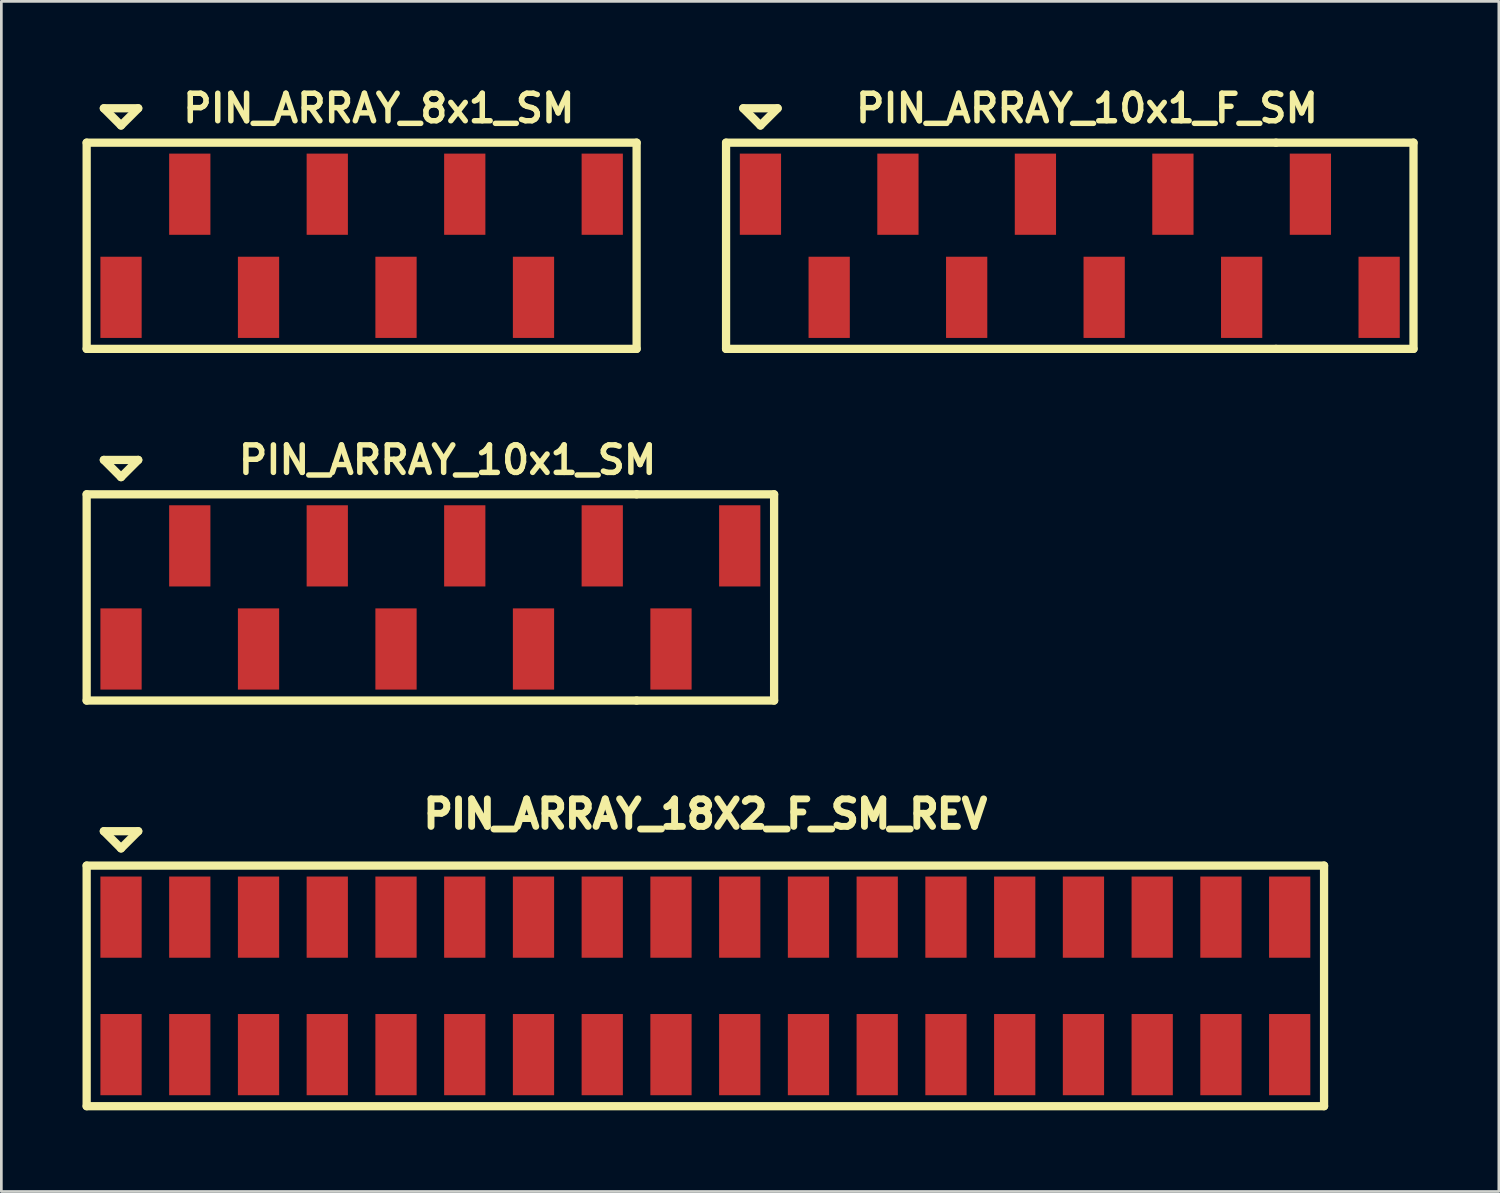
<source format=kicad_pcb>
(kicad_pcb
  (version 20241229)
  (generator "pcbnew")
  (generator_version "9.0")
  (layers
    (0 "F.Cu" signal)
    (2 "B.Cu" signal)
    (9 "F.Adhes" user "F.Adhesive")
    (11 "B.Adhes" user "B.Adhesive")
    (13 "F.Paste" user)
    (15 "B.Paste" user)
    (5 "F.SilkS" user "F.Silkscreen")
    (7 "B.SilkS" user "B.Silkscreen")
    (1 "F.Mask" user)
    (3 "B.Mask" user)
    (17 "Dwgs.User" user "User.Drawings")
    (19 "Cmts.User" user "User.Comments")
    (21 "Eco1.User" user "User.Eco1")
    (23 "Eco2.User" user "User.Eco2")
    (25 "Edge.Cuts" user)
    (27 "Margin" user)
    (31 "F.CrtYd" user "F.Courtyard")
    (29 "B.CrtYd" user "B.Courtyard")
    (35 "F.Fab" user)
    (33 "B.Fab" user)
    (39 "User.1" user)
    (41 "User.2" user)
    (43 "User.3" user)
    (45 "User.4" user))
  (footprint "PIN_ARRAY_8x1_SM"
    (layer "F.Cu")
    (at 10.312 6.031)
    (property "Reference" "PIN_ARRAY_8x1_SM" (at 0.635 -5.08 0) (layer "F.SilkS") (effects (font (size 1.016 1.016) (thickness 0.203))))
    (attr through_hole)
    (fp_line (start -10.16 -3.81) (end -10.16 3.81) (stroke (width 0.305) (type solid)) (layer "F.SilkS"))
    (fp_line (start -10.16 -3.81) (end 10.16 -3.81) (stroke (width 0.305) (type solid)) (layer "F.SilkS"))
    (fp_line (start -9.525 -5.08) (end -8.89 -4.445) (stroke (width 0.305) (type solid)) (layer "F.SilkS"))
    (fp_line (start -8.89 -4.445) (end -8.255 -5.08) (stroke (width 0.305) (type solid)) (layer "F.SilkS"))
    (fp_line (start -8.255 -5.08) (end -9.525 -5.08) (stroke (width 0.305) (type solid)) (layer "F.SilkS"))
    (fp_line (start 10.16 3.81) (end -10.16 3.81) (stroke (width 0.305) (type solid)) (layer "F.SilkS"))
    (fp_line (start 10.16 3.81) (end 10.16 -3.81) (stroke (width 0.305) (type solid)) (layer "F.SilkS"))
    (pad "1" smd rect (at -8.89 1.905) (size 1.524 3) (layers "F.Cu" "F.Mask" "F.Paste"))
    (pad "2" smd rect (at -6.35 -1.905) (size 1.524 3) (layers "F.Cu" "F.Mask" "F.Paste"))
    (pad "3" smd rect (at -3.81 1.905) (size 1.524 3) (layers "F.Cu" "F.Mask" "F.Paste"))
    (pad "4" smd rect (at -1.27 -1.905) (size 1.524 3) (layers "F.Cu" "F.Mask" "F.Paste"))
    (pad "5" smd rect (at 1.27 1.905) (size 1.524 3) (layers "F.Cu" "F.Mask" "F.Paste"))
    (pad "6" smd rect (at 3.81 -1.905) (size 1.524 3) (layers "F.Cu" "F.Mask" "F.Paste"))
    (pad "7" smd rect (at 6.35 1.905) (size 1.524 3) (layers "F.Cu" "F.Mask" "F.Paste"))
    (pad "8" smd rect (at 8.89 -1.905) (size 1.524 3) (layers "F.Cu" "F.Mask" "F.Paste")))
  (footprint "PIN_ARRAY_10x1_F_SM"
    (layer "F.Cu")
    (at 36.477 6.031)
    (property "Reference" "PIN_ARRAY_10x1_F_SM" (at 0.635 -5.08 0) (layer "F.SilkS") (effects (font (size 1.016 1.016) (thickness 0.203))))
    (attr through_hole)
    (fp_line (start -12.7 -3.81) (end -12.7 3.81) (stroke (width 0.305) (type solid)) (layer "F.SilkS"))
    (fp_line (start -12.7 -3.81) (end 7.62 -3.81) (stroke (width 0.305) (type solid)) (layer "F.SilkS"))
    (fp_line (start -12.065 -5.08) (end -11.43 -4.445) (stroke (width 0.305) (type solid)) (layer "F.SilkS"))
    (fp_line (start -11.43 -4.445) (end -10.795 -5.08) (stroke (width 0.305) (type solid)) (layer "F.SilkS"))
    (fp_line (start -10.795 -5.08) (end -12.065 -5.08) (stroke (width 0.305) (type solid)) (layer "F.SilkS"))
    (fp_line (start 7.62 -3.81) (end 12.7 -3.81) (stroke (width 0.305) (type solid)) (layer "F.SilkS"))
    (fp_line (start 7.62 3.81) (end -12.7 3.81) (stroke (width 0.305) (type solid)) (layer "F.SilkS"))
    (fp_line (start 7.62 3.81) (end 12.7 3.81) (stroke (width 0.305) (type solid)) (layer "F.SilkS"))
    (fp_line (start 12.7 -3.81) (end 12.7 3.81) (stroke (width 0.305) (type solid)) (layer "F.SilkS"))
    (pad "1" smd rect (at -11.43 -1.905) (size 1.524 3) (layers "F.Cu" "F.Mask" "F.Paste"))
    (pad "2" smd rect (at -8.89 1.905) (size 1.524 3) (layers "F.Cu" "F.Mask" "F.Paste"))
    (pad "3" smd rect (at -6.35 -1.905) (size 1.524 3) (layers "F.Cu" "F.Mask" "F.Paste"))
    (pad "4" smd rect (at -3.81 1.905) (size 1.524 3) (layers "F.Cu" "F.Mask" "F.Paste"))
    (pad "5" smd rect (at -1.27 -1.905) (size 1.524 3) (layers "F.Cu" "F.Mask" "F.Paste"))
    (pad "6" smd rect (at 1.27 1.905) (size 1.524 3) (layers "F.Cu" "F.Mask" "F.Paste"))
    (pad "7" smd rect (at 3.81 -1.905) (size 1.524 3) (layers "F.Cu" "F.Mask" "F.Paste"))
    (pad "8" smd rect (at 6.35 1.905) (size 1.524 3) (layers "F.Cu" "F.Mask" "F.Paste"))
    (pad "9" smd rect (at 8.89 -1.905) (size 1.524 3) (layers "F.Cu" "F.Mask" "F.Paste"))
    (pad "10" smd rect (at 11.43 1.905) (size 1.524 3) (layers "F.Cu" "F.Mask" "F.Paste")))
  (footprint "PIN_ARRAY_10x1_SM"
    (layer "F.Cu")
    (at 12.852 19.024)
    (property "Reference" "PIN_ARRAY_10x1_SM" (at 0.635 -5.08 0) (layer "F.SilkS") (effects (font (size 1.016 1.016) (thickness 0.203))))
    (attr through_hole)
    (fp_line (start -12.7 -3.81) (end -12.7 3.81) (stroke (width 0.305) (type solid)) (layer "F.SilkS"))
    (fp_line (start -12.7 -3.81) (end 7.62 -3.81) (stroke (width 0.305) (type solid)) (layer "F.SilkS"))
    (fp_line (start -12.065 -5.08) (end -11.43 -4.445) (stroke (width 0.305) (type solid)) (layer "F.SilkS"))
    (fp_line (start -11.43 -4.445) (end -10.795 -5.08) (stroke (width 0.305) (type solid)) (layer "F.SilkS"))
    (fp_line (start -10.795 -5.08) (end -12.065 -5.08) (stroke (width 0.305) (type solid)) (layer "F.SilkS"))
    (fp_line (start 7.62 -3.81) (end 12.7 -3.81) (stroke (width 0.305) (type solid)) (layer "F.SilkS"))
    (fp_line (start 7.62 3.81) (end -12.7 3.81) (stroke (width 0.305) (type solid)) (layer "F.SilkS"))
    (fp_line (start 7.62 3.81) (end 12.7 3.81) (stroke (width 0.305) (type solid)) (layer "F.SilkS"))
    (fp_line (start 12.7 -3.81) (end 12.7 3.81) (stroke (width 0.305) (type solid)) (layer "F.SilkS"))
    (pad "1" smd rect (at -11.43 1.905) (size 1.524 3) (layers "F.Cu" "F.Mask" "F.Paste"))
    (pad "2" smd rect (at -8.89 -1.905) (size 1.524 3) (layers "F.Cu" "F.Mask" "F.Paste"))
    (pad "3" smd rect (at -6.35 1.905) (size 1.524 3) (layers "F.Cu" "F.Mask" "F.Paste"))
    (pad "4" smd rect (at -3.81 -1.905) (size 1.524 3) (layers "F.Cu" "F.Mask" "F.Paste"))
    (pad "5" smd rect (at -1.27 1.905) (size 1.524 3) (layers "F.Cu" "F.Mask" "F.Paste"))
    (pad "6" smd rect (at 1.27 -1.905) (size 1.524 3) (layers "F.Cu" "F.Mask" "F.Paste"))
    (pad "7" smd rect (at 3.81 1.905) (size 1.524 3) (layers "F.Cu" "F.Mask" "F.Paste"))
    (pad "8" smd rect (at 6.35 -1.905) (size 1.524 3) (layers "F.Cu" "F.Mask" "F.Paste"))
    (pad "9" smd rect (at 8.89 1.905) (size 1.524 3) (layers "F.Cu" "F.Mask" "F.Paste"))
    (pad "10" smd rect (at 11.43 -1.905) (size 1.524 3) (layers "F.Cu" "F.Mask" "F.Paste")))
  (footprint "PIN_ARRAY_18X2_F_SM_REV"
    (layer "F.Cu")
    (at 23.012 33.377)
    (property "Reference" "PIN_ARRAY_18X2_F_SM_REV" (at 0 -6.35 0) (layer "F.SilkS") (effects (font (size 1.016 1.016) (thickness 0.254))))
    (attr through_hole)
    (fp_line (start -22.86 -4.445) (end 22.86 -4.445) (stroke (width 0.305) (type solid)) (layer "F.SilkS"))
    (fp_line (start -22.86 4.445) (end -22.86 -4.445) (stroke (width 0.305) (type solid)) (layer "F.SilkS"))
    (fp_line (start -22.225 -5.715) (end -21.59 -5.08) (stroke (width 0.305) (type solid)) (layer "F.SilkS"))
    (fp_line (start -21.59 -5.08) (end -20.955 -5.715) (stroke (width 0.305) (type solid)) (layer "F.SilkS"))
    (fp_line (start -20.955 -5.715) (end -22.225 -5.715) (stroke (width 0.305) (type solid)) (layer "F.SilkS"))
    (fp_line (start 22.86 -4.445) (end 22.86 4.445) (stroke (width 0.305) (type solid)) (layer "F.SilkS"))
    (fp_line (start 22.86 4.445) (end -22.86 4.445) (stroke (width 0.305) (type solid)) (layer "F.SilkS"))
    (pad "1" smd rect (at -21.59 -2.54) (size 1.524 3) (layers "F.Cu" "F.Mask" "F.Paste"))
    (pad "2" smd rect (at -21.59 2.54) (size 1.524 3) (layers "F.Cu" "F.Mask" "F.Paste"))
    (pad "3" smd rect (at -19.05 -2.54) (size 1.524 3) (layers "F.Cu" "F.Mask" "F.Paste"))
    (pad "4" smd rect (at -19.05 2.54) (size 1.524 3) (layers "F.Cu" "F.Mask" "F.Paste"))
    (pad "5" smd rect (at -16.51 -2.54) (size 1.524 3) (layers "F.Cu" "F.Mask" "F.Paste"))
    (pad "6" smd rect (at -16.51 2.54) (size 1.524 3) (layers "F.Cu" "F.Mask" "F.Paste"))
    (pad "7" smd rect (at -13.97 -2.54) (size 1.524 3) (layers "F.Cu" "F.Mask" "F.Paste"))
    (pad "8" smd rect (at -13.97 2.54) (size 1.524 3) (layers "F.Cu" "F.Mask" "F.Paste"))
    (pad "9" smd rect (at -11.43 -2.54) (size 1.524 3) (layers "F.Cu" "F.Mask" "F.Paste"))
    (pad "10" smd rect (at -11.43 2.54) (size 1.524 3) (layers "F.Cu" "F.Mask" "F.Paste"))
    (pad "11" smd rect (at -8.89 -2.54) (size 1.524 3) (layers "F.Cu" "F.Mask" "F.Paste"))
    (pad "12" smd rect (at -8.89 2.54) (size 1.524 3) (layers "F.Cu" "F.Mask" "F.Paste"))
    (pad "13" smd rect (at -6.35 -2.54) (size 1.524 3) (layers "F.Cu" "F.Mask" "F.Paste"))
    (pad "14" smd rect (at -6.35 2.54) (size 1.524 3) (layers "F.Cu" "F.Mask" "F.Paste"))
    (pad "15" smd rect (at -3.81 -2.54) (size 1.524 3) (layers "F.Cu" "F.Mask" "F.Paste"))
    (pad "16" smd rect (at -3.81 2.54) (size 1.524 3) (layers "F.Cu" "F.Mask" "F.Paste"))
    (pad "17" smd rect (at -1.27 -2.54) (size 1.524 3) (layers "F.Cu" "F.Mask" "F.Paste"))
    (pad "18" smd rect (at -1.27 2.54) (size 1.524 3) (layers "F.Cu" "F.Mask" "F.Paste"))
    (pad "19" smd rect (at 1.27 -2.54) (size 1.524 3) (layers "F.Cu" "F.Mask" "F.Paste"))
    (pad "20" smd rect (at 1.27 2.54) (size 1.524 3) (layers "F.Cu" "F.Mask" "F.Paste"))
    (pad "21" smd rect (at 3.81 -2.54) (size 1.524 3) (layers "F.Cu" "F.Mask" "F.Paste"))
    (pad "22" smd rect (at 3.81 2.54) (size 1.524 3) (layers "F.Cu" "F.Mask" "F.Paste"))
    (pad "23" smd rect (at 6.35 -2.54) (size 1.524 3) (layers "F.Cu" "F.Mask" "F.Paste"))
    (pad "24" smd rect (at 6.35 2.54) (size 1.524 3) (layers "F.Cu" "F.Mask" "F.Paste"))
    (pad "25" smd rect (at 8.89 -2.54) (size 1.524 3) (layers "F.Cu" "F.Mask" "F.Paste"))
    (pad "26" smd rect (at 8.89 2.54) (size 1.524 3) (layers "F.Cu" "F.Mask" "F.Paste"))
    (pad "27" smd rect (at 11.43 -2.54) (size 1.524 3) (layers "F.Cu" "F.Mask" "F.Paste"))
    (pad "28" smd rect (at 11.43 2.54) (size 1.524 3) (layers "F.Cu" "F.Mask" "F.Paste"))
    (pad "29" smd rect (at 13.97 -2.54) (size 1.524 3) (layers "F.Cu" "F.Mask" "F.Paste"))
    (pad "30" smd rect (at 13.97 2.54) (size 1.524 3) (layers "F.Cu" "F.Mask" "F.Paste"))
    (pad "31" smd rect (at 16.51 -2.54) (size 1.524 3) (layers "F.Cu" "F.Mask" "F.Paste"))
    (pad "32" smd rect (at 16.51 2.54) (size 1.524 3) (layers "F.Cu" "F.Mask" "F.Paste"))
    (pad "33" smd rect (at 19.05 -2.54) (size 1.524 3) (layers "F.Cu" "F.Mask" "F.Paste"))
    (pad "34" smd rect (at 19.05 2.54) (size 1.524 3) (layers "F.Cu" "F.Mask" "F.Paste"))
    (pad "35" smd rect (at 21.59 -2.54) (size 1.524 3) (layers "F.Cu" "F.Mask" "F.Paste"))
    (pad "36" smd rect (at 21.59 2.54) (size 1.524 3) (layers "F.Cu" "F.Mask" "F.Paste")))
  (gr_rect
    (start -3 -3)
    (end 52.33 40.974)
    (stroke (width 0.1) (type default))
    (fill no)
    (layer "Edge.Cuts")))
</source>
